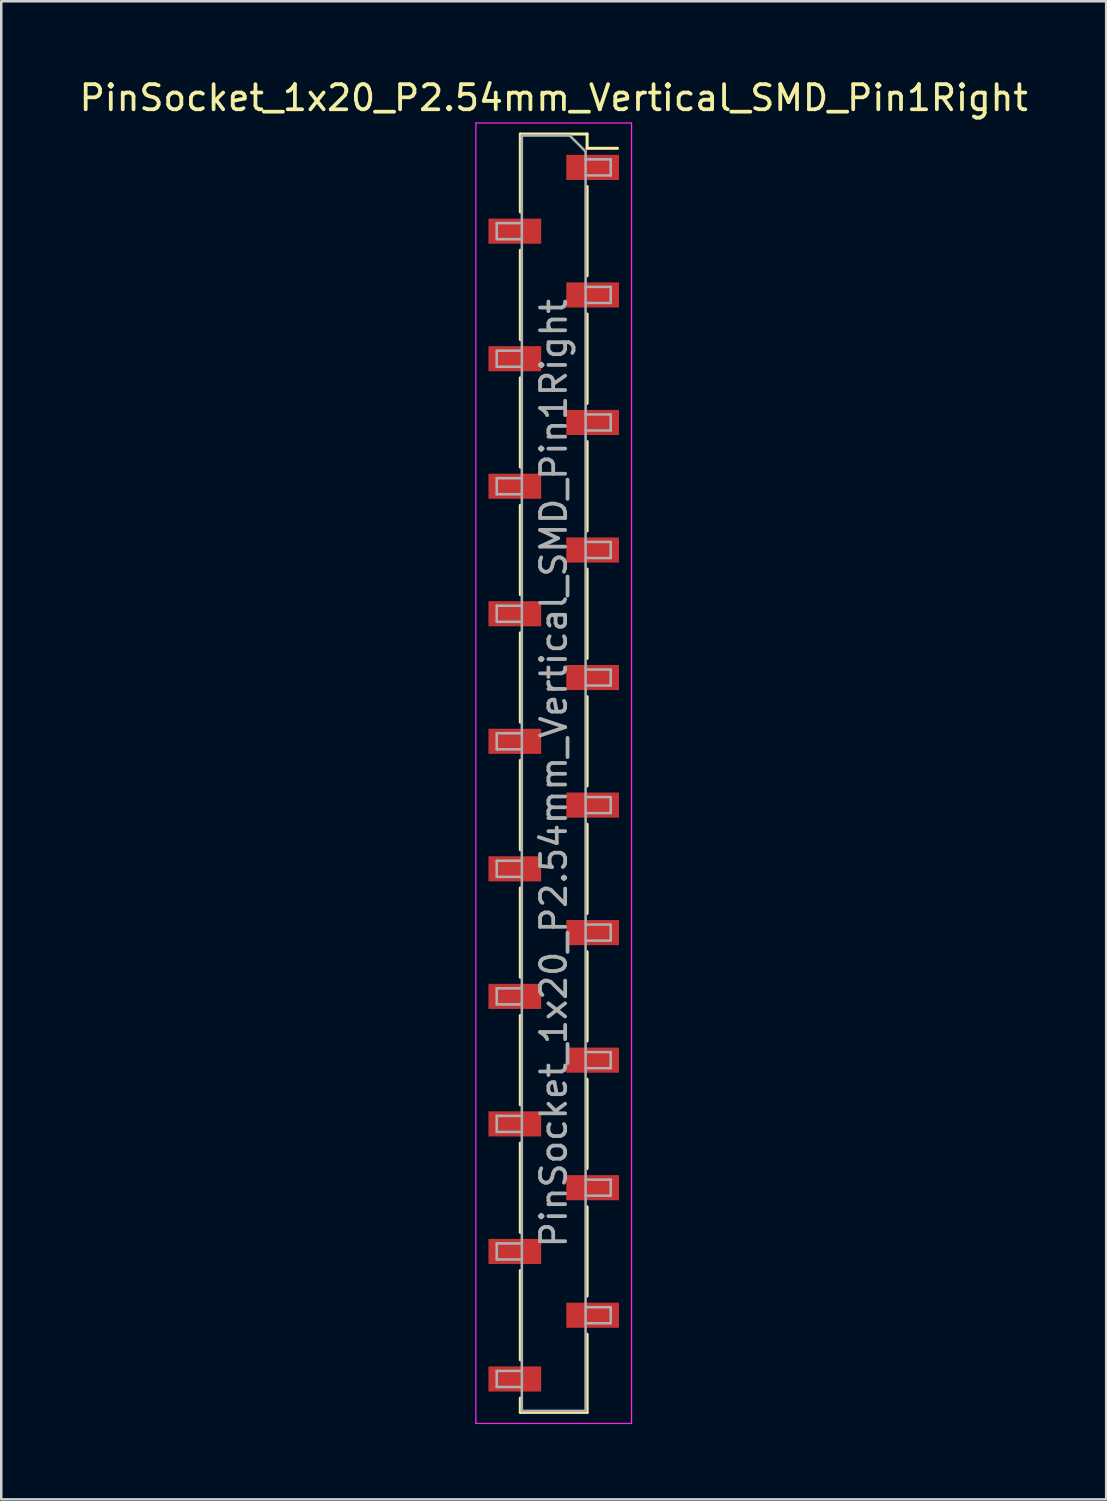
<source format=kicad_pcb>
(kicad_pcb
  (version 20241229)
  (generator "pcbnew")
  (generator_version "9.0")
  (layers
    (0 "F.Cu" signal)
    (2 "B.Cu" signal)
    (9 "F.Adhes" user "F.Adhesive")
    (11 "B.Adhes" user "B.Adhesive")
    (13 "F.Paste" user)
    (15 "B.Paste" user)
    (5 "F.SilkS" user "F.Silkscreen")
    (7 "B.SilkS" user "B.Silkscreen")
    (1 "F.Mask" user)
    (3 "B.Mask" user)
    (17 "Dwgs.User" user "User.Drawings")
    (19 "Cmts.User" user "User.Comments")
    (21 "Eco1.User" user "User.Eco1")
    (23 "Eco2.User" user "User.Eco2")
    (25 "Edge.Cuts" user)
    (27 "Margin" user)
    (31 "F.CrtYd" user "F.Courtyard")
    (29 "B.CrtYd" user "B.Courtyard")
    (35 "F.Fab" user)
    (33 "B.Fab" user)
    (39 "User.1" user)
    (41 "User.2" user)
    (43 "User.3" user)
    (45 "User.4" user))
  (footprint "PinSocket_1x20_P2.54mm_Vertical_SMD_Pin1Right"
    (layer "F.Cu")
    (at 19.006 27.748)
    (property "Reference" "PinSocket_1x20_P2.54mm_Vertical_SMD_Pin1Right" (at 0 -26.9 0) (layer "F.SilkS") (effects (font (size 1 1) (thickness 0.15))))
    (attr smd)
    (fp_line (start -1.33 -25.46) (end -1.33 -22.35) (stroke (width 0.12) (type solid)) (layer "F.SilkS"))
    (fp_line (start -1.33 -25.46) (end 1.33 -25.46) (stroke (width 0.12) (type solid)) (layer "F.SilkS"))
    (fp_line (start -1.33 -20.83) (end -1.33 -17.27) (stroke (width 0.12) (type solid)) (layer "F.SilkS"))
    (fp_line (start -1.33 -15.75) (end -1.33 -12.19) (stroke (width 0.12) (type solid)) (layer "F.SilkS"))
    (fp_line (start -1.33 -10.67) (end -1.33 -7.11) (stroke (width 0.12) (type solid)) (layer "F.SilkS"))
    (fp_line (start -1.33 -5.59) (end -1.33 -2.03) (stroke (width 0.12) (type solid)) (layer "F.SilkS"))
    (fp_line (start -1.33 -0.51) (end -1.33 3.05) (stroke (width 0.12) (type solid)) (layer "F.SilkS"))
    (fp_line (start -1.33 4.57) (end -1.33 8.13) (stroke (width 0.12) (type solid)) (layer "F.SilkS"))
    (fp_line (start -1.33 9.65) (end -1.33 13.21) (stroke (width 0.12) (type solid)) (layer "F.SilkS"))
    (fp_line (start -1.33 14.73) (end -1.33 18.29) (stroke (width 0.12) (type solid)) (layer "F.SilkS"))
    (fp_line (start -1.33 19.81) (end -1.33 23.37) (stroke (width 0.12) (type solid)) (layer "F.SilkS"))
    (fp_line (start -1.33 24.89) (end -1.33 25.46) (stroke (width 0.12) (type solid)) (layer "F.SilkS"))
    (fp_line (start -1.33 25.46) (end 1.33 25.46) (stroke (width 0.12) (type solid)) (layer "F.SilkS"))
    (fp_line (start 1.33 -25.46) (end 1.33 -24.89) (stroke (width 0.12) (type solid)) (layer "F.SilkS"))
    (fp_line (start 1.33 -24.89) (end 2.54 -24.89) (stroke (width 0.12) (type solid)) (layer "F.SilkS"))
    (fp_line (start 1.33 -23.37) (end 1.33 -19.81) (stroke (width 0.12) (type solid)) (layer "F.SilkS"))
    (fp_line (start 1.33 -18.29) (end 1.33 -14.73) (stroke (width 0.12) (type solid)) (layer "F.SilkS"))
    (fp_line (start 1.33 -13.21) (end 1.33 -9.65) (stroke (width 0.12) (type solid)) (layer "F.SilkS"))
    (fp_line (start 1.33 -8.13) (end 1.33 -4.57) (stroke (width 0.12) (type solid)) (layer "F.SilkS"))
    (fp_line (start 1.33 -3.05) (end 1.33 0.51) (stroke (width 0.12) (type solid)) (layer "F.SilkS"))
    (fp_line (start 1.33 2.03) (end 1.33 5.59) (stroke (width 0.12) (type solid)) (layer "F.SilkS"))
    (fp_line (start 1.33 7.11) (end 1.33 10.67) (stroke (width 0.12) (type solid)) (layer "F.SilkS"))
    (fp_line (start 1.33 12.19) (end 1.33 15.75) (stroke (width 0.12) (type solid)) (layer "F.SilkS"))
    (fp_line (start 1.33 17.27) (end 1.33 20.83) (stroke (width 0.12) (type solid)) (layer "F.SilkS"))
    (fp_line (start 1.33 22.35) (end 1.33 25.46) (stroke (width 0.12) (type solid)) (layer "F.SilkS"))
    (fp_line (start -3.1 -25.9) (end 3.1 -25.9) (stroke (width 0.05) (type solid)) (layer "F.CrtYd"))
    (fp_line (start -3.1 25.9) (end -3.1 -25.9) (stroke (width 0.05) (type solid)) (layer "F.CrtYd"))
    (fp_line (start 3.1 -25.9) (end 3.1 25.9) (stroke (width 0.05) (type solid)) (layer "F.CrtYd"))
    (fp_line (start 3.1 25.9) (end -3.1 25.9) (stroke (width 0.05) (type solid)) (layer "F.CrtYd"))
    (fp_line (start -2.27 -21.91) (end -1.27 -21.91) (stroke (width 0.1) (type solid)) (layer "F.Fab"))
    (fp_line (start -2.27 -21.27) (end -2.27 -21.91) (stroke (width 0.1) (type solid)) (layer "F.Fab"))
    (fp_line (start -2.27 -16.83) (end -1.27 -16.83) (stroke (width 0.1) (type solid)) (layer "F.Fab"))
    (fp_line (start -2.27 -16.19) (end -2.27 -16.83) (stroke (width 0.1) (type solid)) (layer "F.Fab"))
    (fp_line (start -2.27 -11.75) (end -1.27 -11.75) (stroke (width 0.1) (type solid)) (layer "F.Fab"))
    (fp_line (start -2.27 -11.11) (end -2.27 -11.75) (stroke (width 0.1) (type solid)) (layer "F.Fab"))
    (fp_line (start -2.27 -6.67) (end -1.27 -6.67) (stroke (width 0.1) (type solid)) (layer "F.Fab"))
    (fp_line (start -2.27 -6.03) (end -2.27 -6.67) (stroke (width 0.1) (type solid)) (layer "F.Fab"))
    (fp_line (start -2.27 -1.59) (end -1.27 -1.59) (stroke (width 0.1) (type solid)) (layer "F.Fab"))
    (fp_line (start -2.27 -0.95) (end -2.27 -1.59) (stroke (width 0.1) (type solid)) (layer "F.Fab"))
    (fp_line (start -2.27 3.49) (end -1.27 3.49) (stroke (width 0.1) (type solid)) (layer "F.Fab"))
    (fp_line (start -2.27 4.13) (end -2.27 3.49) (stroke (width 0.1) (type solid)) (layer "F.Fab"))
    (fp_line (start -2.27 8.57) (end -1.27 8.57) (stroke (width 0.1) (type solid)) (layer "F.Fab"))
    (fp_line (start -2.27 9.21) (end -2.27 8.57) (stroke (width 0.1) (type solid)) (layer "F.Fab"))
    (fp_line (start -2.27 13.65) (end -1.27 13.65) (stroke (width 0.1) (type solid)) (layer "F.Fab"))
    (fp_line (start -2.27 14.29) (end -2.27 13.65) (stroke (width 0.1) (type solid)) (layer "F.Fab"))
    (fp_line (start -2.27 18.73) (end -1.27 18.73) (stroke (width 0.1) (type solid)) (layer "F.Fab"))
    (fp_line (start -2.27 19.37) (end -2.27 18.73) (stroke (width 0.1) (type solid)) (layer "F.Fab"))
    (fp_line (start -2.27 23.81) (end -1.27 23.81) (stroke (width 0.1) (type solid)) (layer "F.Fab"))
    (fp_line (start -2.27 24.45) (end -2.27 23.81) (stroke (width 0.1) (type solid)) (layer "F.Fab"))
    (fp_line (start -1.27 -25.4) (end 0.635 -25.4) (stroke (width 0.1) (type solid)) (layer "F.Fab"))
    (fp_line (start -1.27 -21.27) (end -2.27 -21.27) (stroke (width 0.1) (type solid)) (layer "F.Fab"))
    (fp_line (start -1.27 -16.19) (end -2.27 -16.19) (stroke (width 0.1) (type solid)) (layer "F.Fab"))
    (fp_line (start -1.27 -11.11) (end -2.27 -11.11) (stroke (width 0.1) (type solid)) (layer "F.Fab"))
    (fp_line (start -1.27 -6.03) (end -2.27 -6.03) (stroke (width 0.1) (type solid)) (layer "F.Fab"))
    (fp_line (start -1.27 -0.95) (end -2.27 -0.95) (stroke (width 0.1) (type solid)) (layer "F.Fab"))
    (fp_line (start -1.27 4.13) (end -2.27 4.13) (stroke (width 0.1) (type solid)) (layer "F.Fab"))
    (fp_line (start -1.27 9.21) (end -2.27 9.21) (stroke (width 0.1) (type solid)) (layer "F.Fab"))
    (fp_line (start -1.27 14.29) (end -2.27 14.29) (stroke (width 0.1) (type solid)) (layer "F.Fab"))
    (fp_line (start -1.27 19.37) (end -2.27 19.37) (stroke (width 0.1) (type solid)) (layer "F.Fab"))
    (fp_line (start -1.27 24.45) (end -2.27 24.45) (stroke (width 0.1) (type solid)) (layer "F.Fab"))
    (fp_line (start -1.27 25.4) (end -1.27 -25.4) (stroke (width 0.1) (type solid)) (layer "F.Fab"))
    (fp_line (start 0.635 -25.4) (end 1.27 -24.765) (stroke (width 0.1) (type solid)) (layer "F.Fab"))
    (fp_line (start 1.27 -24.765) (end 1.27 25.4) (stroke (width 0.1) (type solid)) (layer "F.Fab"))
    (fp_line (start 1.27 -24.45) (end 2.27 -24.45) (stroke (width 0.1) (type solid)) (layer "F.Fab"))
    (fp_line (start 1.27 -19.37) (end 2.27 -19.37) (stroke (width 0.1) (type solid)) (layer "F.Fab"))
    (fp_line (start 1.27 -14.29) (end 2.27 -14.29) (stroke (width 0.1) (type solid)) (layer "F.Fab"))
    (fp_line (start 1.27 -9.21) (end 2.27 -9.21) (stroke (width 0.1) (type solid)) (layer "F.Fab"))
    (fp_line (start 1.27 -4.13) (end 2.27 -4.13) (stroke (width 0.1) (type solid)) (layer "F.Fab"))
    (fp_line (start 1.27 0.95) (end 2.27 0.95) (stroke (width 0.1) (type solid)) (layer "F.Fab"))
    (fp_line (start 1.27 6.03) (end 2.27 6.03) (stroke (width 0.1) (type solid)) (layer "F.Fab"))
    (fp_line (start 1.27 11.11) (end 2.27 11.11) (stroke (width 0.1) (type solid)) (layer "F.Fab"))
    (fp_line (start 1.27 16.19) (end 2.27 16.19) (stroke (width 0.1) (type solid)) (layer "F.Fab"))
    (fp_line (start 1.27 21.27) (end 2.27 21.27) (stroke (width 0.1) (type solid)) (layer "F.Fab"))
    (fp_line (start 1.27 25.4) (end -1.27 25.4) (stroke (width 0.1) (type solid)) (layer "F.Fab"))
    (fp_line (start 2.27 -24.45) (end 2.27 -23.81) (stroke (width 0.1) (type solid)) (layer "F.Fab"))
    (fp_line (start 2.27 -23.81) (end 1.27 -23.81) (stroke (width 0.1) (type solid)) (layer "F.Fab"))
    (fp_line (start 2.27 -19.37) (end 2.27 -18.73) (stroke (width 0.1) (type solid)) (layer "F.Fab"))
    (fp_line (start 2.27 -18.73) (end 1.27 -18.73) (stroke (width 0.1) (type solid)) (layer "F.Fab"))
    (fp_line (start 2.27 -14.29) (end 2.27 -13.65) (stroke (width 0.1) (type solid)) (layer "F.Fab"))
    (fp_line (start 2.27 -13.65) (end 1.27 -13.65) (stroke (width 0.1) (type solid)) (layer "F.Fab"))
    (fp_line (start 2.27 -9.21) (end 2.27 -8.57) (stroke (width 0.1) (type solid)) (layer "F.Fab"))
    (fp_line (start 2.27 -8.57) (end 1.27 -8.57) (stroke (width 0.1) (type solid)) (layer "F.Fab"))
    (fp_line (start 2.27 -4.13) (end 2.27 -3.49) (stroke (width 0.1) (type solid)) (layer "F.Fab"))
    (fp_line (start 2.27 -3.49) (end 1.27 -3.49) (stroke (width 0.1) (type solid)) (layer "F.Fab"))
    (fp_line (start 2.27 0.95) (end 2.27 1.59) (stroke (width 0.1) (type solid)) (layer "F.Fab"))
    (fp_line (start 2.27 1.59) (end 1.27 1.59) (stroke (width 0.1) (type solid)) (layer "F.Fab"))
    (fp_line (start 2.27 6.03) (end 2.27 6.67) (stroke (width 0.1) (type solid)) (layer "F.Fab"))
    (fp_line (start 2.27 6.67) (end 1.27 6.67) (stroke (width 0.1) (type solid)) (layer "F.Fab"))
    (fp_line (start 2.27 11.11) (end 2.27 11.75) (stroke (width 0.1) (type solid)) (layer "F.Fab"))
    (fp_line (start 2.27 11.75) (end 1.27 11.75) (stroke (width 0.1) (type solid)) (layer "F.Fab"))
    (fp_line (start 2.27 16.19) (end 2.27 16.83) (stroke (width 0.1) (type solid)) (layer "F.Fab"))
    (fp_line (start 2.27 16.83) (end 1.27 16.83) (stroke (width 0.1) (type solid)) (layer "F.Fab"))
    (fp_line (start 2.27 21.27) (end 2.27 21.91) (stroke (width 0.1) (type solid)) (layer "F.Fab"))
    (fp_line (start 2.27 21.91) (end 1.27 21.91) (stroke (width 0.1) (type solid)) (layer "F.Fab"))
    (fp_text user "${REFERENCE}" (at 0 0 90) (layer "F.Fab") (effects (font (size 1 1) (thickness 0.15))))
    (pad "1" smd rect (at 1.55 -24.13) (size 2.1 1) (layers "F.Cu" "F.Mask" "F.Paste"))
    (pad "2" smd rect (at -1.55 -21.59) (size 2.1 1) (layers "F.Cu" "F.Mask" "F.Paste"))
    (pad "3" smd rect (at 1.55 -19.05) (size 2.1 1) (layers "F.Cu" "F.Mask" "F.Paste"))
    (pad "4" smd rect (at -1.55 -16.51) (size 2.1 1) (layers "F.Cu" "F.Mask" "F.Paste"))
    (pad "5" smd rect (at 1.55 -13.97) (size 2.1 1) (layers "F.Cu" "F.Mask" "F.Paste"))
    (pad "6" smd rect (at -1.55 -11.43) (size 2.1 1) (layers "F.Cu" "F.Mask" "F.Paste"))
    (pad "7" smd rect (at 1.55 -8.89) (size 2.1 1) (layers "F.Cu" "F.Mask" "F.Paste"))
    (pad "8" smd rect (at -1.55 -6.35) (size 2.1 1) (layers "F.Cu" "F.Mask" "F.Paste"))
    (pad "9" smd rect (at 1.55 -3.81) (size 2.1 1) (layers "F.Cu" "F.Mask" "F.Paste"))
    (pad "10" smd rect (at -1.55 -1.27) (size 2.1 1) (layers "F.Cu" "F.Mask" "F.Paste"))
    (pad "11" smd rect (at 1.55 1.27) (size 2.1 1) (layers "F.Cu" "F.Mask" "F.Paste"))
    (pad "12" smd rect (at -1.55 3.81) (size 2.1 1) (layers "F.Cu" "F.Mask" "F.Paste"))
    (pad "13" smd rect (at 1.55 6.35) (size 2.1 1) (layers "F.Cu" "F.Mask" "F.Paste"))
    (pad "14" smd rect (at -1.55 8.89) (size 2.1 1) (layers "F.Cu" "F.Mask" "F.Paste"))
    (pad "15" smd rect (at 1.55 11.43) (size 2.1 1) (layers "F.Cu" "F.Mask" "F.Paste"))
    (pad "16" smd rect (at -1.55 13.97) (size 2.1 1) (layers "F.Cu" "F.Mask" "F.Paste"))
    (pad "17" smd rect (at 1.55 16.51) (size 2.1 1) (layers "F.Cu" "F.Mask" "F.Paste"))
    (pad "18" smd rect (at -1.55 19.05) (size 2.1 1) (layers "F.Cu" "F.Mask" "F.Paste"))
    (pad "19" smd rect (at 1.55 21.59) (size 2.1 1) (layers "F.Cu" "F.Mask" "F.Paste"))
    (pad "20" smd rect (at -1.55 24.13) (size 2.1 1) (layers "F.Cu" "F.Mask" "F.Paste")))
  (gr_rect
    (start -3 -3)
    (end 41.012 56.673)
    (stroke (width 0.1) (type default))
    (fill no)
    (layer "Edge.Cuts")))
</source>
